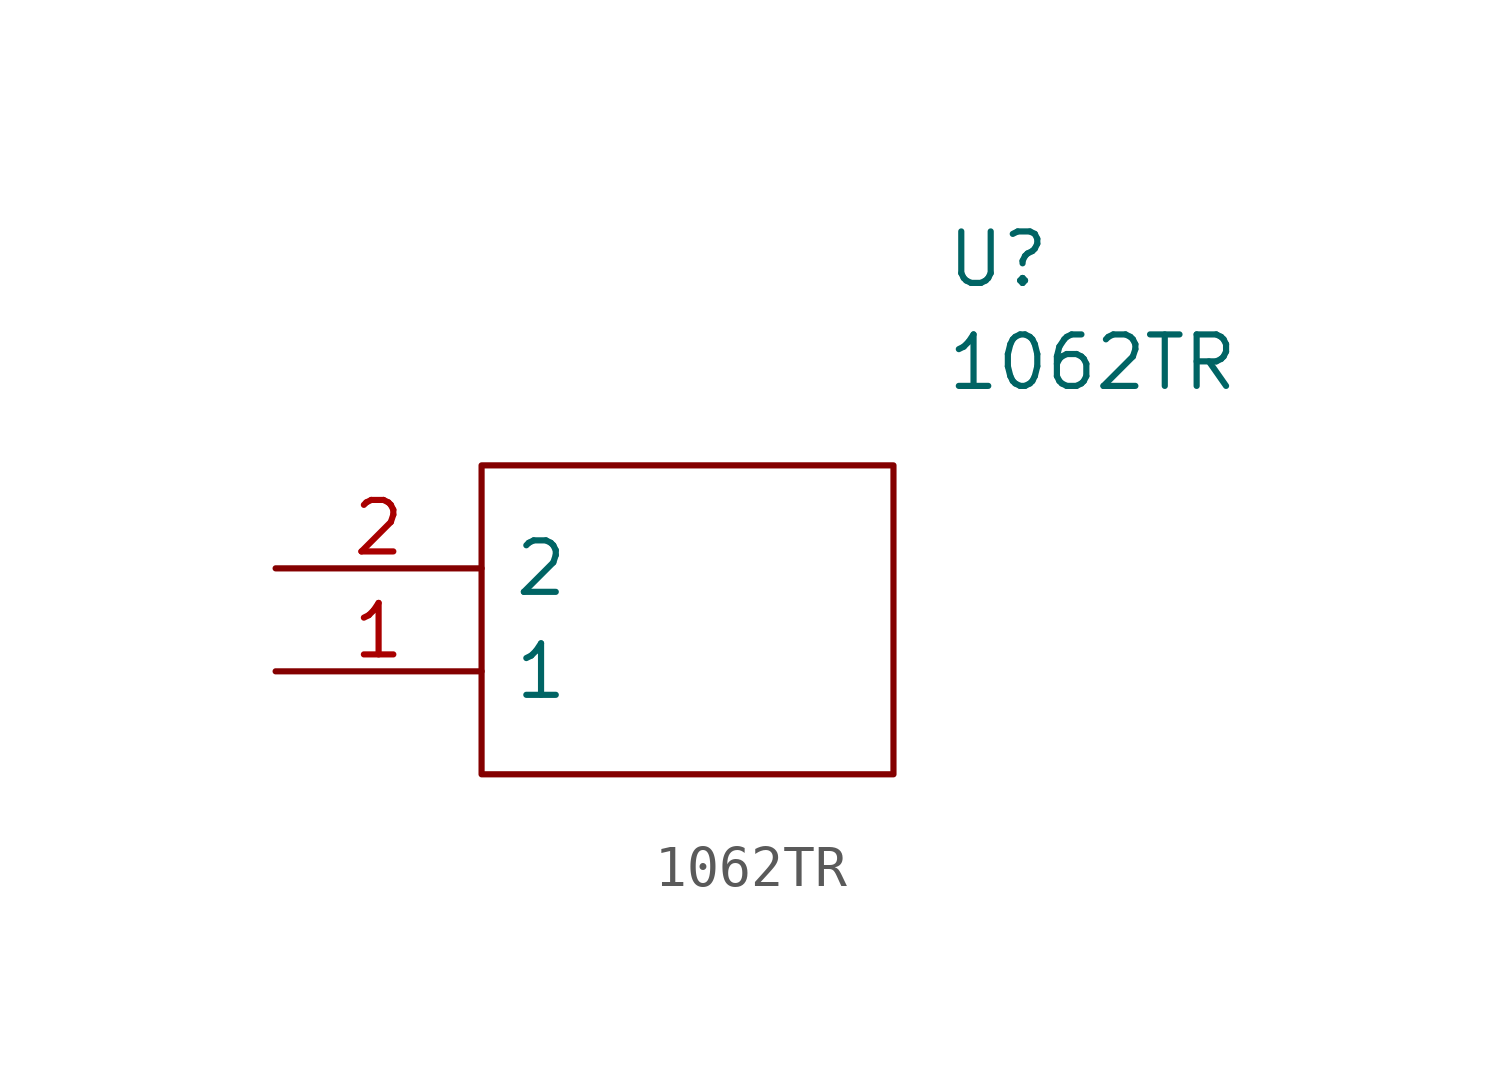
<source format=kicad_sym>
(kicad_symbol_lib
  (version 20211014)
  (generator kicad_symbol_editor)
  (symbol "1062TR"
    (pin_names
      (offset 0.762))
    (property "Reference" "U"
      (at 16.51 7.62 0)
      (effects (font (size 1.27 1.27)) (justify left)))
    (property "Value" "1062TR"
      (at 16.51 5.08 0)
      (effects (font (size 1.27 1.27)) (justify left)))
    (symbol "1062TR_0_0"
      (pin passive line (at 0 -2.54 0) (length 5.08) (name "1" (effects (font (size 1.27 1.27)))) (number "1" (effects (font (size 1.27 1.27)))))
      (pin passive line (at 0 0 0) (length 5.08) (name "2" (effects (font (size 1.27 1.27)))) (number "2" (effects (font (size 1.27 1.27))))))
    (symbol "1062TR_0_1"
      (polyline (pts (xy 5.08 2.54) (xy 15.24 2.54) (xy 15.24 -5.08) (xy 5.08 -5.08) (xy 5.08 2.54)) (stroke (width 0.152) (type default) (color 0 0 0 0)) (fill (type none))))))
</source>
